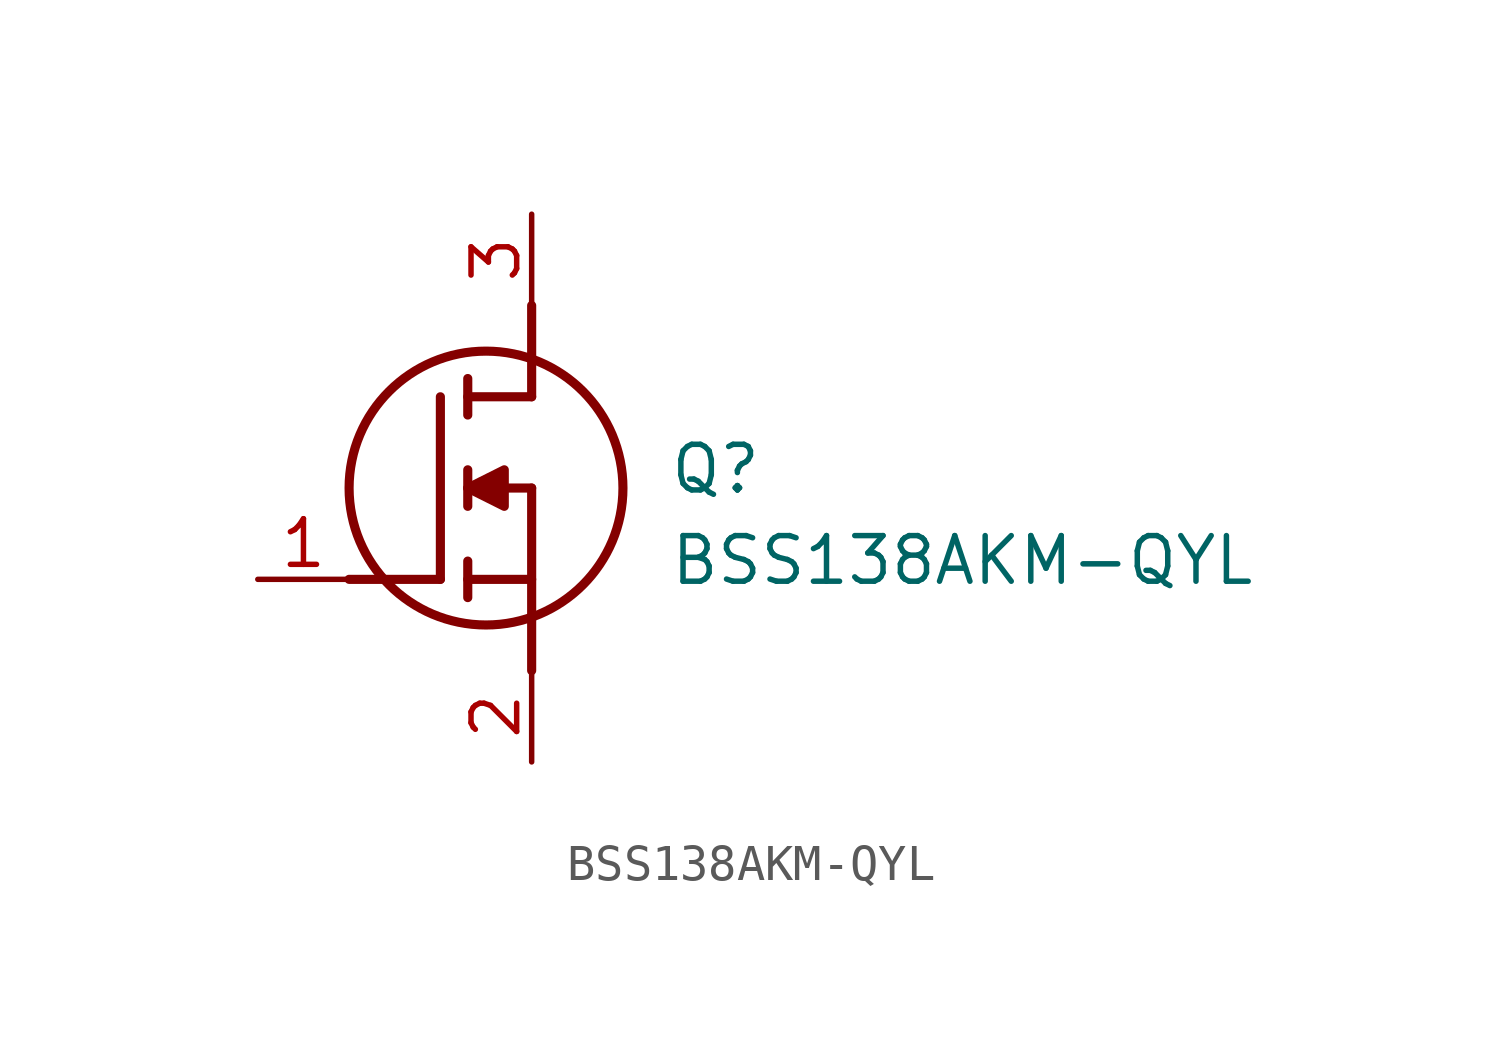
<source format=kicad_sym>
(kicad_symbol_lib
  (version 20211014)
  (generator SamacSys_ECAD_Model)
  (symbol "BSS138AKM-QYL"
    (pin_names hide)
    (property "Reference" "Q"
      (at 11.43 3.81 0)
      (effects (font (size 1.27 1.27)) (justify left top)))
    (property "Value" "BSS138AKM-QYL"
      (at 11.43 1.27 0)
      (effects (font (size 1.27 1.27)) (justify left top)))
    (polyline
      (pts (xy 7.62 2.54) (xy 7.62 -2.54))
      (stroke (width 0.254) (type default))
      (fill (type none)))
    (polyline
      (pts (xy 7.62 5.08) (xy 7.62 7.62))
      (stroke (width 0.254) (type default))
      (fill (type none)))
    (polyline
      (pts (xy 2.54 0) (xy 5.08 0))
      (stroke (width 0.254) (type default))
      (fill (type none)))
    (polyline
      (pts (xy 5.08 5.08) (xy 5.08 0))
      (stroke (width 0.254) (type default))
      (fill (type none)))
    (polyline
      (pts (xy 7.62 2.54) (xy 5.842 2.54))
      (stroke (width 0.254) (type default))
      (fill (type none)))
    (polyline
      (pts (xy 7.62 5.08) (xy 5.842 5.08))
      (stroke (width 0.254) (type default))
      (fill (type none)))
    (polyline
      (pts (xy 5.842 0) (xy 7.62 0))
      (stroke (width 0.254) (type default))
      (fill (type none)))
    (polyline
      (pts (xy 5.842 5.588) (xy 5.842 4.572))
      (stroke (width 0.254) (type default))
      (fill (type none)))
    (polyline
      (pts (xy 5.842 -0.508) (xy 5.842 0.508))
      (stroke (width 0.254) (type default))
      (fill (type none)))
    (polyline
      (pts (xy 5.842 2.032) (xy 5.842 3.048))
      (stroke (width 0.254) (type default))
      (fill (type none)))
    (circle
      (center 6.35 2.54)
      (radius 3.81)
      (stroke (width 0.254) (type default))
      (fill (type none)))
    (polyline
      (pts (xy 5.842 2.54) (xy 6.858 3.048) (xy 6.858 2.032) (xy 5.842 2.54))
      (stroke (width 0.254) (type default))
      (fill (type outline)))
    (pin passive line
      (at 0 0 0)
      (length 2.54)
      (name "G" (effects (font (size 1.27 1.27))))
      (number "1" (effects (font (size 1.27 1.27)))))
    (pin passive line
      (at 7.62 10.16 270)
      (length 2.54)
      (name "D" (effects (font (size 1.27 1.27))))
      (number "3" (effects (font (size 1.27 1.27)))))
    (pin passive line
      (at 7.62 -5.08 90)
      (length 2.54)
      (name "S" (effects (font (size 1.27 1.27))))
      (number "2" (effects (font (size 1.27 1.27)))))))
</source>
